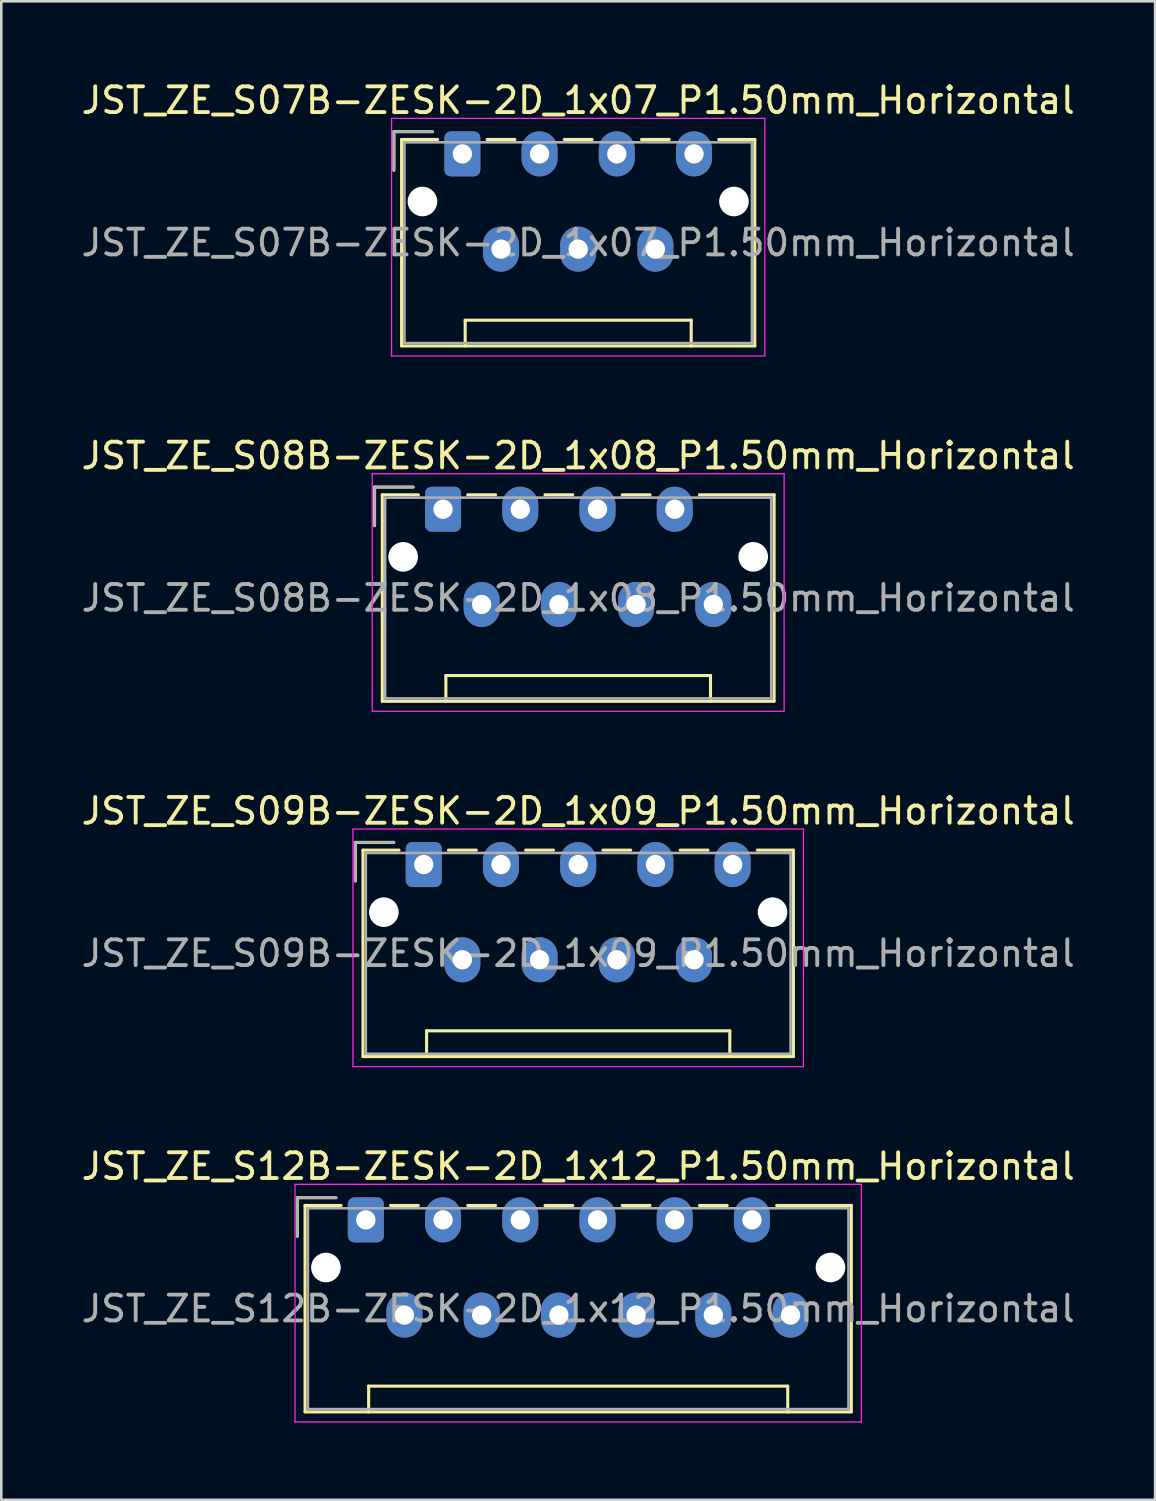
<source format=kicad_pcb>
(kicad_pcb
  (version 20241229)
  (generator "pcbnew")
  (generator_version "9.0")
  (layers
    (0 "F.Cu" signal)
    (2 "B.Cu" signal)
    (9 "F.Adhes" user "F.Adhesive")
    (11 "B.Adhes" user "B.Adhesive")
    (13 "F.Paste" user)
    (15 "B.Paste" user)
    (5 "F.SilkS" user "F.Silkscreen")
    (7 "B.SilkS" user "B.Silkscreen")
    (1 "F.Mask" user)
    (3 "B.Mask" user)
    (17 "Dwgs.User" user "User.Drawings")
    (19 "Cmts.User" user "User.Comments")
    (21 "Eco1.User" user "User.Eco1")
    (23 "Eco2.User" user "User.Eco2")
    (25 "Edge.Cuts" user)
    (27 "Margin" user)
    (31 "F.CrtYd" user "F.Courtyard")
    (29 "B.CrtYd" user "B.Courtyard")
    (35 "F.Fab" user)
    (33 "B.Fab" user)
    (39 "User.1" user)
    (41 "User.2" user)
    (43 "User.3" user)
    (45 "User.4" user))
  (footprint "JST_ZE_S09B-ZESK-2D_1x09_P1.50mm_Horizontal"
    (layer "F.Cu")
    (at 13.411 30.535)
    (property "Reference" "JST_ZE_S09B-ZESK-2D_1x09_P1.50mm_Horizontal" (at 6 -2.08 0) (layer "F.SilkS") (effects (font (size 1 1) (thickness 0.15))))
    (attr through_hole)
    (fp_line (start -2.66 -0.86) (end -1.16 -0.86) (stroke (width 0.12) (type solid)) (layer "F.SilkS"))
    (fp_line (start -2.66 0.64) (end -2.66 -0.86) (stroke (width 0.12) (type solid)) (layer "F.SilkS"))
    (fp_line (start -2.36 -0.56) (end -2.36 7.46) (stroke (width 0.12) (type solid)) (layer "F.SilkS"))
    (fp_line (start -2.36 7.46) (end 14.36 7.46) (stroke (width 0.12) (type solid)) (layer "F.SilkS"))
    (fp_line (start -0.96 -0.56) (end -2.36 -0.56) (stroke (width 0.12) (type solid)) (layer "F.SilkS"))
    (fp_line (start 0.11 6.46) (end 11.89 6.46) (stroke (width 0.12) (type solid)) (layer "F.SilkS"))
    (fp_line (start 0.11 7.46) (end 0.11 6.46) (stroke (width 0.12) (type solid)) (layer "F.SilkS"))
    (fp_line (start 0.96 -0.56) (end 2.04 -0.56) (stroke (width 0.12) (type solid)) (layer "F.SilkS"))
    (fp_line (start 3.96 -0.56) (end 5.04 -0.56) (stroke (width 0.12) (type solid)) (layer "F.SilkS"))
    (fp_line (start 6.96 -0.56) (end 8.04 -0.56) (stroke (width 0.12) (type solid)) (layer "F.SilkS"))
    (fp_line (start 9.96 -0.56) (end 11.04 -0.56) (stroke (width 0.12) (type solid)) (layer "F.SilkS"))
    (fp_line (start 11.89 6.46) (end 11.89 7.46) (stroke (width 0.12) (type solid)) (layer "F.SilkS"))
    (fp_line (start 14.36 -0.56) (end 12.96 -0.56) (stroke (width 0.12) (type solid)) (layer "F.SilkS"))
    (fp_line (start 14.36 7.46) (end 14.36 -0.56) (stroke (width 0.12) (type solid)) (layer "F.SilkS"))
    (fp_line (start -2.75 -1.38) (end -2.75 7.85) (stroke (width 0.05) (type solid)) (layer "F.CrtYd"))
    (fp_line (start -2.75 7.85) (end 14.75 7.85) (stroke (width 0.05) (type solid)) (layer "F.CrtYd"))
    (fp_line (start 14.75 -1.38) (end -2.75 -1.38) (stroke (width 0.05) (type solid)) (layer "F.CrtYd"))
    (fp_line (start 14.75 7.85) (end 14.75 -1.38) (stroke (width 0.05) (type solid)) (layer "F.CrtYd"))
    (fp_line (start -2.66 -0.86) (end -1.16 -0.86) (stroke (width 0.1) (type solid)) (layer "F.Fab"))
    (fp_line (start -2.66 0.64) (end -2.66 -0.86) (stroke (width 0.1) (type solid)) (layer "F.Fab"))
    (fp_line (start -2.25 -0.45) (end -2.25 7.35) (stroke (width 0.1) (type solid)) (layer "F.Fab"))
    (fp_line (start -2.25 7.35) (end 14.25 7.35) (stroke (width 0.1) (type solid)) (layer "F.Fab"))
    (fp_line (start 14.25 -0.45) (end -2.25 -0.45) (stroke (width 0.1) (type solid)) (layer "F.Fab"))
    (fp_line (start 14.25 7.35) (end 14.25 -0.45) (stroke (width 0.1) (type solid)) (layer "F.Fab"))
    (fp_text user "${REFERENCE}" (at 6 3.45 0) (layer "F.Fab") (effects (font (size 1 1) (thickness 0.15))))
    (pad "" np_thru_hole circle (at -1.55 1.85) (size 1.15 1.15) (drill 1.15) (layers "*.Cu" "*.Mask"))
    (pad "" np_thru_hole circle (at 13.55 1.85) (size 1.15 1.15) (drill 1.15) (layers "*.Cu" "*.Mask"))
    (pad "1" thru_hole roundrect (at 0 0) (size 1.4 1.75) (drill 0.75) (layers "*.Cu" "*.Mask") (roundrect_rratio 0.179))
    (pad "2" thru_hole oval (at 1.5 3.7) (size 1.4 1.75) (drill 0.75) (layers "*.Cu" "*.Mask"))
    (pad "3" thru_hole oval (at 3 0) (size 1.4 1.75) (drill 0.75) (layers "*.Cu" "*.Mask"))
    (pad "4" thru_hole oval (at 4.5 3.7) (size 1.4 1.75) (drill 0.75) (layers "*.Cu" "*.Mask"))
    (pad "5" thru_hole oval (at 6 0) (size 1.4 1.75) (drill 0.75) (layers "*.Cu" "*.Mask"))
    (pad "6" thru_hole oval (at 7.5 3.7) (size 1.4 1.75) (drill 0.75) (layers "*.Cu" "*.Mask"))
    (pad "7" thru_hole oval (at 9 0) (size 1.4 1.75) (drill 0.75) (layers "*.Cu" "*.Mask"))
    (pad "8" thru_hole oval (at 10.5 3.7) (size 1.4 1.75) (drill 0.75) (layers "*.Cu" "*.Mask"))
    (pad "9" thru_hole oval (at 12 0) (size 1.4 1.75) (drill 0.75) (layers "*.Cu" "*.Mask")))
  (footprint "JST_ZE_S12B-ZESK-2D_1x12_P1.50mm_Horizontal"
    (layer "F.Cu")
    (at 11.161 44.338)
    (property "Reference" "JST_ZE_S12B-ZESK-2D_1x12_P1.50mm_Horizontal" (at 8.25 -2.08 0) (layer "F.SilkS") (effects (font (size 1 1) (thickness 0.15))))
    (attr through_hole)
    (fp_line (start -2.66 -0.86) (end -1.16 -0.86) (stroke (width 0.12) (type solid)) (layer "F.SilkS"))
    (fp_line (start -2.66 0.64) (end -2.66 -0.86) (stroke (width 0.12) (type solid)) (layer "F.SilkS"))
    (fp_line (start -2.36 -0.56) (end -2.36 7.46) (stroke (width 0.12) (type solid)) (layer "F.SilkS"))
    (fp_line (start -2.36 7.46) (end 18.86 7.46) (stroke (width 0.12) (type solid)) (layer "F.SilkS"))
    (fp_line (start -0.96 -0.56) (end -2.36 -0.56) (stroke (width 0.12) (type solid)) (layer "F.SilkS"))
    (fp_line (start 0.11 6.46) (end 16.39 6.46) (stroke (width 0.12) (type solid)) (layer "F.SilkS"))
    (fp_line (start 0.11 7.46) (end 0.11 6.46) (stroke (width 0.12) (type solid)) (layer "F.SilkS"))
    (fp_line (start 0.96 -0.56) (end 2.04 -0.56) (stroke (width 0.12) (type solid)) (layer "F.SilkS"))
    (fp_line (start 3.96 -0.56) (end 5.04 -0.56) (stroke (width 0.12) (type solid)) (layer "F.SilkS"))
    (fp_line (start 6.96 -0.56) (end 8.04 -0.56) (stroke (width 0.12) (type solid)) (layer "F.SilkS"))
    (fp_line (start 9.96 -0.56) (end 11.04 -0.56) (stroke (width 0.12) (type solid)) (layer "F.SilkS"))
    (fp_line (start 12.96 -0.56) (end 14.04 -0.56) (stroke (width 0.12) (type solid)) (layer "F.SilkS"))
    (fp_line (start 16.39 6.46) (end 16.39 7.46) (stroke (width 0.12) (type solid)) (layer "F.SilkS"))
    (fp_line (start 18.86 -0.56) (end 15.96 -0.56) (stroke (width 0.12) (type solid)) (layer "F.SilkS"))
    (fp_line (start 18.86 7.46) (end 18.86 -0.56) (stroke (width 0.12) (type solid)) (layer "F.SilkS"))
    (fp_line (start -2.75 -1.38) (end -2.75 7.85) (stroke (width 0.05) (type solid)) (layer "F.CrtYd"))
    (fp_line (start -2.75 7.85) (end 19.25 7.85) (stroke (width 0.05) (type solid)) (layer "F.CrtYd"))
    (fp_line (start 19.25 -1.38) (end -2.75 -1.38) (stroke (width 0.05) (type solid)) (layer "F.CrtYd"))
    (fp_line (start 19.25 7.85) (end 19.25 -1.38) (stroke (width 0.05) (type solid)) (layer "F.CrtYd"))
    (fp_line (start -2.66 -0.86) (end -1.16 -0.86) (stroke (width 0.1) (type solid)) (layer "F.Fab"))
    (fp_line (start -2.66 0.64) (end -2.66 -0.86) (stroke (width 0.1) (type solid)) (layer "F.Fab"))
    (fp_line (start -2.25 -0.45) (end -2.25 7.35) (stroke (width 0.1) (type solid)) (layer "F.Fab"))
    (fp_line (start -2.25 7.35) (end 18.75 7.35) (stroke (width 0.1) (type solid)) (layer "F.Fab"))
    (fp_line (start 18.75 -0.45) (end -2.25 -0.45) (stroke (width 0.1) (type solid)) (layer "F.Fab"))
    (fp_line (start 18.75 7.35) (end 18.75 -0.45) (stroke (width 0.1) (type solid)) (layer "F.Fab"))
    (fp_text user "${REFERENCE}" (at 8.25 3.45 0) (layer "F.Fab") (effects (font (size 1 1) (thickness 0.15))))
    (pad "" np_thru_hole circle (at -1.55 1.85) (size 1.15 1.15) (drill 1.15) (layers "*.Cu" "*.Mask"))
    (pad "" np_thru_hole circle (at 18.05 1.85) (size 1.15 1.15) (drill 1.15) (layers "*.Cu" "*.Mask"))
    (pad "1" thru_hole roundrect (at 0 0) (size 1.4 1.75) (drill 0.75) (layers "*.Cu" "*.Mask") (roundrect_rratio 0.179))
    (pad "2" thru_hole oval (at 1.5 3.7) (size 1.4 1.75) (drill 0.75) (layers "*.Cu" "*.Mask"))
    (pad "3" thru_hole oval (at 3 0) (size 1.4 1.75) (drill 0.75) (layers "*.Cu" "*.Mask"))
    (pad "4" thru_hole oval (at 4.5 3.7) (size 1.4 1.75) (drill 0.75) (layers "*.Cu" "*.Mask"))
    (pad "5" thru_hole oval (at 6 0) (size 1.4 1.75) (drill 0.75) (layers "*.Cu" "*.Mask"))
    (pad "6" thru_hole oval (at 7.5 3.7) (size 1.4 1.75) (drill 0.75) (layers "*.Cu" "*.Mask"))
    (pad "7" thru_hole oval (at 9 0) (size 1.4 1.75) (drill 0.75) (layers "*.Cu" "*.Mask"))
    (pad "8" thru_hole oval (at 10.5 3.7) (size 1.4 1.75) (drill 0.75) (layers "*.Cu" "*.Mask"))
    (pad "9" thru_hole oval (at 12 0) (size 1.4 1.75) (drill 0.75) (layers "*.Cu" "*.Mask"))
    (pad "10" thru_hole oval (at 13.5 3.7) (size 1.4 1.75) (drill 0.75) (layers "*.Cu" "*.Mask"))
    (pad "11" thru_hole oval (at 15 0) (size 1.4 1.75) (drill 0.75) (layers "*.Cu" "*.Mask"))
    (pad "12" thru_hole oval (at 16.5 3.7) (size 1.4 1.75) (drill 0.75) (layers "*.Cu" "*.Mask")))
  (footprint "JST_ZE_S07B-ZESK-2D_1x07_P1.50mm_Horizontal"
    (layer "F.Cu")
    (at 14.911 2.928)
    (property "Reference" "JST_ZE_S07B-ZESK-2D_1x07_P1.50mm_Horizontal" (at 4.5 -2.08 0) (layer "F.SilkS") (effects (font (size 1 1) (thickness 0.15))))
    (attr through_hole)
    (fp_line (start -2.66 -0.86) (end -1.16 -0.86) (stroke (width 0.12) (type solid)) (layer "F.SilkS"))
    (fp_line (start -2.66 0.64) (end -2.66 -0.86) (stroke (width 0.12) (type solid)) (layer "F.SilkS"))
    (fp_line (start -2.36 -0.56) (end -2.36 7.46) (stroke (width 0.12) (type solid)) (layer "F.SilkS"))
    (fp_line (start -2.36 7.46) (end 11.36 7.46) (stroke (width 0.12) (type solid)) (layer "F.SilkS"))
    (fp_line (start -0.96 -0.56) (end -2.36 -0.56) (stroke (width 0.12) (type solid)) (layer "F.SilkS"))
    (fp_line (start 0.11 6.46) (end 8.89 6.46) (stroke (width 0.12) (type solid)) (layer "F.SilkS"))
    (fp_line (start 0.11 7.46) (end 0.11 6.46) (stroke (width 0.12) (type solid)) (layer "F.SilkS"))
    (fp_line (start 0.96 -0.56) (end 2.04 -0.56) (stroke (width 0.12) (type solid)) (layer "F.SilkS"))
    (fp_line (start 3.96 -0.56) (end 5.04 -0.56) (stroke (width 0.12) (type solid)) (layer "F.SilkS"))
    (fp_line (start 6.96 -0.56) (end 8.04 -0.56) (stroke (width 0.12) (type solid)) (layer "F.SilkS"))
    (fp_line (start 8.89 6.46) (end 8.89 7.46) (stroke (width 0.12) (type solid)) (layer "F.SilkS"))
    (fp_line (start 11.36 -0.56) (end 9.96 -0.56) (stroke (width 0.12) (type solid)) (layer "F.SilkS"))
    (fp_line (start 11.36 7.46) (end 11.36 -0.56) (stroke (width 0.12) (type solid)) (layer "F.SilkS"))
    (fp_line (start -2.75 -1.38) (end -2.75 7.85) (stroke (width 0.05) (type solid)) (layer "F.CrtYd"))
    (fp_line (start -2.75 7.85) (end 11.75 7.85) (stroke (width 0.05) (type solid)) (layer "F.CrtYd"))
    (fp_line (start 11.75 -1.38) (end -2.75 -1.38) (stroke (width 0.05) (type solid)) (layer "F.CrtYd"))
    (fp_line (start 11.75 7.85) (end 11.75 -1.38) (stroke (width 0.05) (type solid)) (layer "F.CrtYd"))
    (fp_line (start -2.66 -0.86) (end -1.16 -0.86) (stroke (width 0.1) (type solid)) (layer "F.Fab"))
    (fp_line (start -2.66 0.64) (end -2.66 -0.86) (stroke (width 0.1) (type solid)) (layer "F.Fab"))
    (fp_line (start -2.25 -0.45) (end -2.25 7.35) (stroke (width 0.1) (type solid)) (layer "F.Fab"))
    (fp_line (start -2.25 7.35) (end 11.25 7.35) (stroke (width 0.1) (type solid)) (layer "F.Fab"))
    (fp_line (start 11.25 -0.45) (end -2.25 -0.45) (stroke (width 0.1) (type solid)) (layer "F.Fab"))
    (fp_line (start 11.25 7.35) (end 11.25 -0.45) (stroke (width 0.1) (type solid)) (layer "F.Fab"))
    (fp_text user "${REFERENCE}" (at 4.5 3.45 0) (layer "F.Fab") (effects (font (size 1 1) (thickness 0.15))))
    (pad "" np_thru_hole circle (at -1.55 1.85) (size 1.15 1.15) (drill 1.15) (layers "*.Cu" "*.Mask"))
    (pad "" np_thru_hole circle (at 10.55 1.85) (size 1.15 1.15) (drill 1.15) (layers "*.Cu" "*.Mask"))
    (pad "1" thru_hole roundrect (at 0 0) (size 1.4 1.75) (drill 0.75) (layers "*.Cu" "*.Mask") (roundrect_rratio 0.179))
    (pad "2" thru_hole oval (at 1.5 3.7) (size 1.4 1.75) (drill 0.75) (layers "*.Cu" "*.Mask"))
    (pad "3" thru_hole oval (at 3 0) (size 1.4 1.75) (drill 0.75) (layers "*.Cu" "*.Mask"))
    (pad "4" thru_hole oval (at 4.5 3.7) (size 1.4 1.75) (drill 0.75) (layers "*.Cu" "*.Mask"))
    (pad "5" thru_hole oval (at 6 0) (size 1.4 1.75) (drill 0.75) (layers "*.Cu" "*.Mask"))
    (pad "6" thru_hole oval (at 7.5 3.7) (size 1.4 1.75) (drill 0.75) (layers "*.Cu" "*.Mask"))
    (pad "7" thru_hole oval (at 9 0) (size 1.4 1.75) (drill 0.75) (layers "*.Cu" "*.Mask")))
  (footprint "JST_ZE_S08B-ZESK-2D_1x08_P1.50mm_Horizontal"
    (layer "F.Cu")
    (at 14.161 16.732)
    (property "Reference" "JST_ZE_S08B-ZESK-2D_1x08_P1.50mm_Horizontal" (at 5.25 -2.08 0) (layer "F.SilkS") (effects (font (size 1 1) (thickness 0.15))))
    (attr through_hole)
    (fp_line (start -2.66 -0.86) (end -1.16 -0.86) (stroke (width 0.12) (type solid)) (layer "F.SilkS"))
    (fp_line (start -2.66 0.64) (end -2.66 -0.86) (stroke (width 0.12) (type solid)) (layer "F.SilkS"))
    (fp_line (start -2.36 -0.56) (end -2.36 7.46) (stroke (width 0.12) (type solid)) (layer "F.SilkS"))
    (fp_line (start -2.36 7.46) (end 12.86 7.46) (stroke (width 0.12) (type solid)) (layer "F.SilkS"))
    (fp_line (start -0.96 -0.56) (end -2.36 -0.56) (stroke (width 0.12) (type solid)) (layer "F.SilkS"))
    (fp_line (start 0.11 6.46) (end 10.39 6.46) (stroke (width 0.12) (type solid)) (layer "F.SilkS"))
    (fp_line (start 0.11 7.46) (end 0.11 6.46) (stroke (width 0.12) (type solid)) (layer "F.SilkS"))
    (fp_line (start 0.96 -0.56) (end 2.04 -0.56) (stroke (width 0.12) (type solid)) (layer "F.SilkS"))
    (fp_line (start 3.96 -0.56) (end 5.04 -0.56) (stroke (width 0.12) (type solid)) (layer "F.SilkS"))
    (fp_line (start 6.96 -0.56) (end 8.04 -0.56) (stroke (width 0.12) (type solid)) (layer "F.SilkS"))
    (fp_line (start 10.39 6.46) (end 10.39 7.46) (stroke (width 0.12) (type solid)) (layer "F.SilkS"))
    (fp_line (start 12.86 -0.56) (end 9.96 -0.56) (stroke (width 0.12) (type solid)) (layer "F.SilkS"))
    (fp_line (start 12.86 7.46) (end 12.86 -0.56) (stroke (width 0.12) (type solid)) (layer "F.SilkS"))
    (fp_line (start -2.75 -1.38) (end -2.75 7.85) (stroke (width 0.05) (type solid)) (layer "F.CrtYd"))
    (fp_line (start -2.75 7.85) (end 13.25 7.85) (stroke (width 0.05) (type solid)) (layer "F.CrtYd"))
    (fp_line (start 13.25 -1.38) (end -2.75 -1.38) (stroke (width 0.05) (type solid)) (layer "F.CrtYd"))
    (fp_line (start 13.25 7.85) (end 13.25 -1.38) (stroke (width 0.05) (type solid)) (layer "F.CrtYd"))
    (fp_line (start -2.66 -0.86) (end -1.16 -0.86) (stroke (width 0.1) (type solid)) (layer "F.Fab"))
    (fp_line (start -2.66 0.64) (end -2.66 -0.86) (stroke (width 0.1) (type solid)) (layer "F.Fab"))
    (fp_line (start -2.25 -0.45) (end -2.25 7.35) (stroke (width 0.1) (type solid)) (layer "F.Fab"))
    (fp_line (start -2.25 7.35) (end 12.75 7.35) (stroke (width 0.1) (type solid)) (layer "F.Fab"))
    (fp_line (start 12.75 -0.45) (end -2.25 -0.45) (stroke (width 0.1) (type solid)) (layer "F.Fab"))
    (fp_line (start 12.75 7.35) (end 12.75 -0.45) (stroke (width 0.1) (type solid)) (layer "F.Fab"))
    (fp_text user "${REFERENCE}" (at 5.25 3.45 0) (layer "F.Fab") (effects (font (size 1 1) (thickness 0.15))))
    (pad "" np_thru_hole circle (at -1.55 1.85) (size 1.15 1.15) (drill 1.15) (layers "*.Cu" "*.Mask"))
    (pad "" np_thru_hole circle (at 12.05 1.85) (size 1.15 1.15) (drill 1.15) (layers "*.Cu" "*.Mask"))
    (pad "1" thru_hole roundrect (at 0 0) (size 1.4 1.75) (drill 0.75) (layers "*.Cu" "*.Mask") (roundrect_rratio 0.179))
    (pad "2" thru_hole oval (at 1.5 3.7) (size 1.4 1.75) (drill 0.75) (layers "*.Cu" "*.Mask"))
    (pad "3" thru_hole oval (at 3 0) (size 1.4 1.75) (drill 0.75) (layers "*.Cu" "*.Mask"))
    (pad "4" thru_hole oval (at 4.5 3.7) (size 1.4 1.75) (drill 0.75) (layers "*.Cu" "*.Mask"))
    (pad "5" thru_hole oval (at 6 0) (size 1.4 1.75) (drill 0.75) (layers "*.Cu" "*.Mask"))
    (pad "6" thru_hole oval (at 7.5 3.7) (size 1.4 1.75) (drill 0.75) (layers "*.Cu" "*.Mask"))
    (pad "7" thru_hole oval (at 9 0) (size 1.4 1.75) (drill 0.75) (layers "*.Cu" "*.Mask"))
    (pad "8" thru_hole oval (at 10.5 3.7) (size 1.4 1.75) (drill 0.75) (layers "*.Cu" "*.Mask")))
  (gr_rect
    (start -3 -3)
    (end 41.821 55.213)
    (stroke (width 0.1) (type default))
    (fill no)
    (layer "Edge.Cuts")))
</source>
